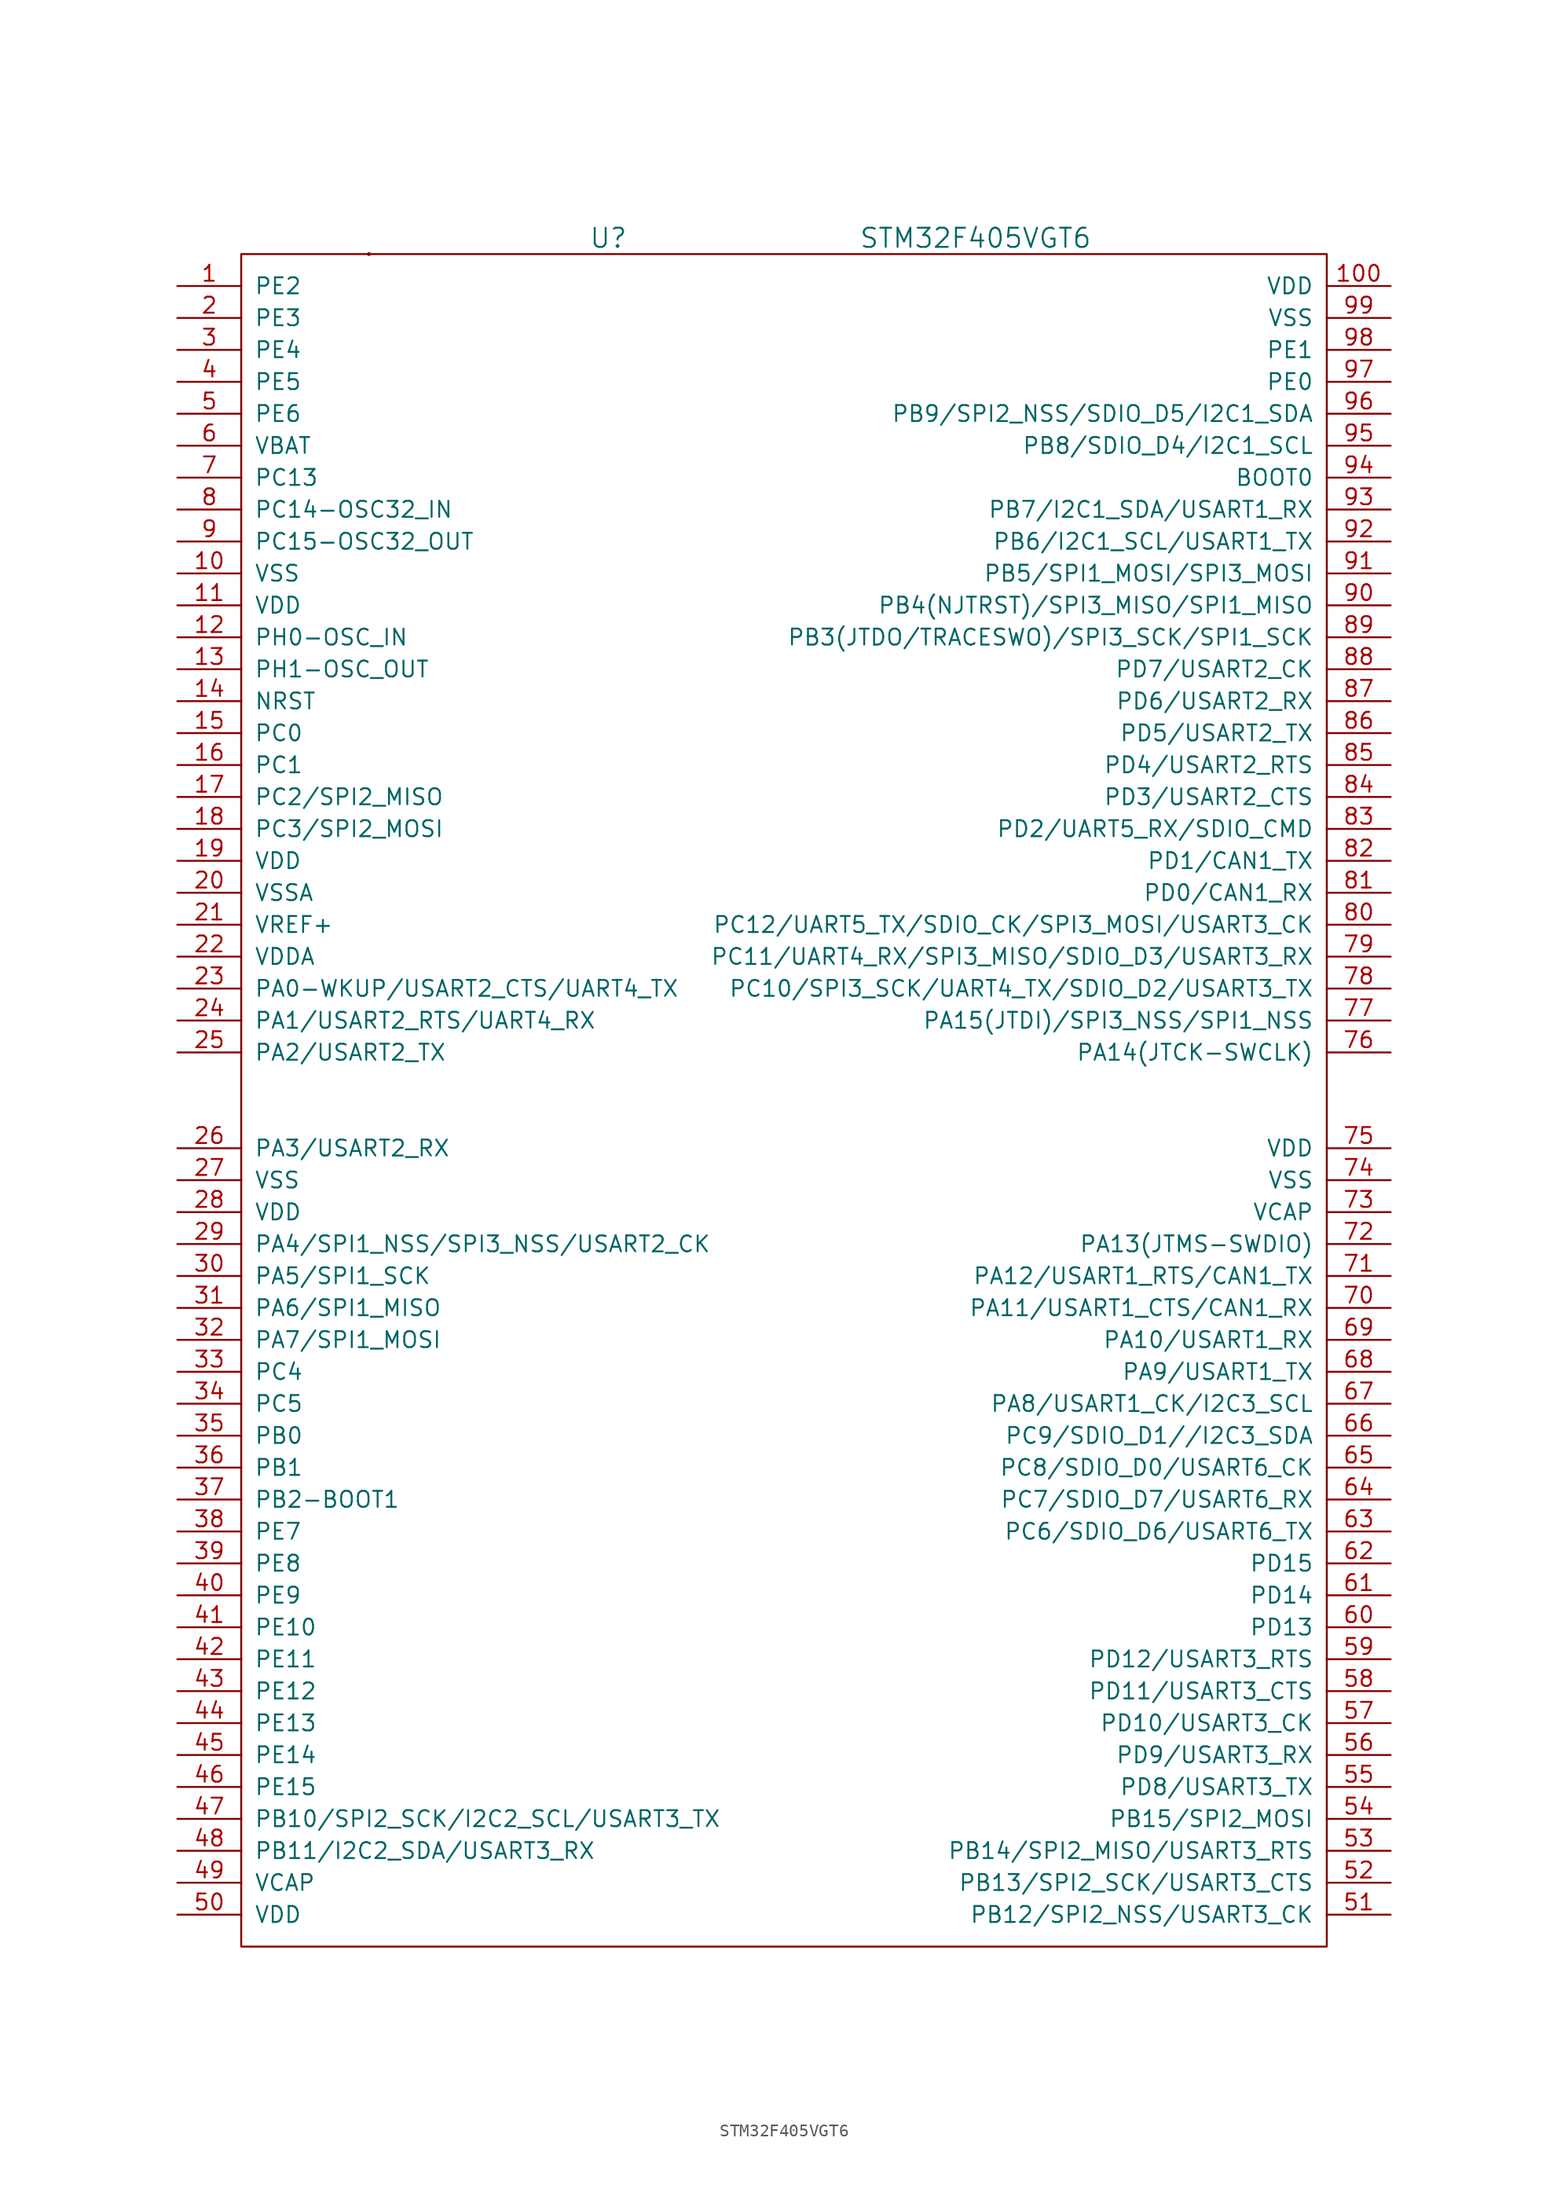
<source format=kicad_sym>
(kicad_symbol_lib
  (version 20220914)
  (generator kicad_symbol_editor)
  (symbol "STM32F405VGT6"
    (pin_names
      (offset 1.016))
    (property "Reference" "U"
      (at -13.97 68.58 0)
      (effects (font (size 1.524 1.524))))
    (property "Value" "STM32F405VGT6"
      (at 15.24 68.58 0)
      (effects (font (size 1.524 1.524))))
    (symbol "STM32F405VGT6_0_1"
      (rectangle (start -43.18 67.31) (end 43.18 -67.31) (stroke (width 0) (type default)) (fill (type none)))
      (circle (center -33.02 67.31) (radius 0.0001) (stroke (width 0) (type default)) (fill (type none))))
    (symbol "STM32F405VGT6_1_1"
      (pin passive line (at -48.26 64.77 0) (length 5.08) (name "PE2" (effects (font (size 1.27 1.27)))) (number "1" (effects (font (size 1.27 1.27)))))
      (pin passive line (at -48.26 41.91 0) (length 5.08) (name "VSS" (effects (font (size 1.27 1.27)))) (number "10" (effects (font (size 1.27 1.27)))))
      (pin passive line (at 48.26 64.77 180) (length 5.08) (name "VDD" (effects (font (size 1.27 1.27)))) (number "100" (effects (font (size 1.27 1.27)))))
      (pin passive line (at -48.26 39.37 0) (length 5.08) (name "VDD" (effects (font (size 1.27 1.27)))) (number "11" (effects (font (size 1.27 1.27)))))
      (pin passive line (at -48.26 36.83 0) (length 5.08) (name "PH0-OSC_IN" (effects (font (size 1.27 1.27)))) (number "12" (effects (font (size 1.27 1.27)))))
      (pin passive line (at -48.26 34.29 0) (length 5.08) (name "PH1-OSC_OUT" (effects (font (size 1.27 1.27)))) (number "13" (effects (font (size 1.27 1.27)))))
      (pin passive line (at -48.26 31.75 0) (length 5.08) (name "NRST" (effects (font (size 1.27 1.27)))) (number "14" (effects (font (size 1.27 1.27)))))
      (pin passive line (at -48.26 29.21 0) (length 5.08) (name "PC0" (effects (font (size 1.27 1.27)))) (number "15" (effects (font (size 1.27 1.27)))))
      (pin passive line (at -48.26 26.67 0) (length 5.08) (name "PC1" (effects (font (size 1.27 1.27)))) (number "16" (effects (font (size 1.27 1.27)))))
      (pin passive line (at -48.26 24.13 0) (length 5.08) (name "PC2/SPI2_MISO" (effects (font (size 1.27 1.27)))) (number "17" (effects (font (size 1.27 1.27)))))
      (pin passive line (at -48.26 21.59 0) (length 5.08) (name "PC3/SPI2_MOSI" (effects (font (size 1.27 1.27)))) (number "18" (effects (font (size 1.27 1.27)))))
      (pin passive line (at -48.26 19.05 0) (length 5.08) (name "VDD" (effects (font (size 1.27 1.27)))) (number "19" (effects (font (size 1.27 1.27)))))
      (pin passive line (at -48.26 62.23 0) (length 5.08) (name "PE3" (effects (font (size 1.27 1.27)))) (number "2" (effects (font (size 1.27 1.27)))))
      (pin passive line (at -48.26 16.51 0) (length 5.08) (name "VSSA" (effects (font (size 1.27 1.27)))) (number "20" (effects (font (size 1.27 1.27)))))
      (pin passive line (at -48.26 13.97 0) (length 5.08) (name "VREF+" (effects (font (size 1.27 1.27)))) (number "21" (effects (font (size 1.27 1.27)))))
      (pin passive line (at -48.26 11.43 0) (length 5.08) (name "VDDA" (effects (font (size 1.27 1.27)))) (number "22" (effects (font (size 1.27 1.27)))))
      (pin passive line (at -48.26 8.89 0) (length 5.08) (name "PA0-WKUP/USART2_CTS/UART4_TX" (effects (font (size 1.27 1.27)))) (number "23" (effects (font (size 1.27 1.27)))))
      (pin passive line (at -48.26 6.35 0) (length 5.08) (name "PA1/USART2_RTS/UART4_RX" (effects (font (size 1.27 1.27)))) (number "24" (effects (font (size 1.27 1.27)))))
      (pin passive line (at -48.26 3.81 0) (length 5.08) (name "PA2/USART2_TX" (effects (font (size 1.27 1.27)))) (number "25" (effects (font (size 1.27 1.27)))))
      (pin passive line (at -48.26 -3.81 0) (length 5.08) (name "PA3/USART2_RX" (effects (font (size 1.27 1.27)))) (number "26" (effects (font (size 1.27 1.27)))))
      (pin passive line (at -48.26 -6.35 0) (length 5.08) (name "VSS" (effects (font (size 1.27 1.27)))) (number "27" (effects (font (size 1.27 1.27)))))
      (pin passive line (at -48.26 -8.89 0) (length 5.08) (name "VDD" (effects (font (size 1.27 1.27)))) (number "28" (effects (font (size 1.27 1.27)))))
      (pin passive line (at -48.26 -11.43 0) (length 5.08) (name "PA4/SPI1_NSS/SPI3_NSS/USART2_CK" (effects (font (size 1.27 1.27)))) (number "29" (effects (font (size 1.27 1.27)))))
      (pin passive line (at -48.26 59.69 0) (length 5.08) (name "PE4" (effects (font (size 1.27 1.27)))) (number "3" (effects (font (size 1.27 1.27)))))
      (pin passive line (at -48.26 -13.97 0) (length 5.08) (name "PA5/SPI1_SCK" (effects (font (size 1.27 1.27)))) (number "30" (effects (font (size 1.27 1.27)))))
      (pin passive line (at -48.26 -16.51 0) (length 5.08) (name "PA6/SPI1_MISO" (effects (font (size 1.27 1.27)))) (number "31" (effects (font (size 1.27 1.27)))))
      (pin passive line (at -48.26 -19.05 0) (length 5.08) (name "PA7/SPI1_MOSI" (effects (font (size 1.27 1.27)))) (number "32" (effects (font (size 1.27 1.27)))))
      (pin passive line (at -48.26 -21.59 0) (length 5.08) (name "PC4" (effects (font (size 1.27 1.27)))) (number "33" (effects (font (size 1.27 1.27)))))
      (pin passive line (at -48.26 -24.13 0) (length 5.08) (name "PC5" (effects (font (size 1.27 1.27)))) (number "34" (effects (font (size 1.27 1.27)))))
      (pin passive line (at -48.26 -26.67 0) (length 5.08) (name "PB0" (effects (font (size 1.27 1.27)))) (number "35" (effects (font (size 1.27 1.27)))))
      (pin passive line (at -48.26 -29.21 0) (length 5.08) (name "PB1" (effects (font (size 1.27 1.27)))) (number "36" (effects (font (size 1.27 1.27)))))
      (pin passive line (at -48.26 -31.75 0) (length 5.08) (name "PB2-BOOT1" (effects (font (size 1.27 1.27)))) (number "37" (effects (font (size 1.27 1.27)))))
      (pin passive line (at -48.26 -34.29 0) (length 5.08) (name "PE7" (effects (font (size 1.27 1.27)))) (number "38" (effects (font (size 1.27 1.27)))))
      (pin passive line (at -48.26 -36.83 0) (length 5.08) (name "PE8" (effects (font (size 1.27 1.27)))) (number "39" (effects (font (size 1.27 1.27)))))
      (pin passive line (at -48.26 57.15 0) (length 5.08) (name "PE5" (effects (font (size 1.27 1.27)))) (number "4" (effects (font (size 1.27 1.27)))))
      (pin passive line (at -48.26 -39.37 0) (length 5.08) (name "PE9" (effects (font (size 1.27 1.27)))) (number "40" (effects (font (size 1.27 1.27)))))
      (pin passive line (at -48.26 -41.91 0) (length 5.08) (name "PE10" (effects (font (size 1.27 1.27)))) (number "41" (effects (font (size 1.27 1.27)))))
      (pin passive line (at -48.26 -44.45 0) (length 5.08) (name "PE11" (effects (font (size 1.27 1.27)))) (number "42" (effects (font (size 1.27 1.27)))))
      (pin passive line (at -48.26 -46.99 0) (length 5.08) (name "PE12" (effects (font (size 1.27 1.27)))) (number "43" (effects (font (size 1.27 1.27)))))
      (pin passive line (at -48.26 -49.53 0) (length 5.08) (name "PE13" (effects (font (size 1.27 1.27)))) (number "44" (effects (font (size 1.27 1.27)))))
      (pin passive line (at -48.26 -52.07 0) (length 5.08) (name "PE14" (effects (font (size 1.27 1.27)))) (number "45" (effects (font (size 1.27 1.27)))))
      (pin passive line (at -48.26 -54.61 0) (length 5.08) (name "PE15" (effects (font (size 1.27 1.27)))) (number "46" (effects (font (size 1.27 1.27)))))
      (pin passive line (at -48.26 -57.15 0) (length 5.08) (name "PB10/SPI2_SCK/I2C2_SCL/USART3_TX" (effects (font (size 1.27 1.27)))) (number "47" (effects (font (size 1.27 1.27)))))
      (pin passive line (at -48.26 -59.69 0) (length 5.08) (name "PB11/I2C2_SDA/USART3_RX" (effects (font (size 1.27 1.27)))) (number "48" (effects (font (size 1.27 1.27)))))
      (pin passive line (at -48.26 -62.23 0) (length 5.08) (name "VCAP" (effects (font (size 1.27 1.27)))) (number "49" (effects (font (size 1.27 1.27)))))
      (pin passive line (at -48.26 54.61 0) (length 5.08) (name "PE6" (effects (font (size 1.27 1.27)))) (number "5" (effects (font (size 1.27 1.27)))))
      (pin passive line (at -48.26 -64.77 0) (length 5.08) (name "VDD" (effects (font (size 1.27 1.27)))) (number "50" (effects (font (size 1.27 1.27)))))
      (pin passive line (at 48.26 -64.77 180) (length 5.08) (name "PB12/SPI2_NSS/USART3_CK" (effects (font (size 1.27 1.27)))) (number "51" (effects (font (size 1.27 1.27)))))
      (pin passive line (at 48.26 -62.23 180) (length 5.08) (name "PB13/SPI2_SCK/USART3_CTS" (effects (font (size 1.27 1.27)))) (number "52" (effects (font (size 1.27 1.27)))))
      (pin passive line (at 48.26 -59.69 180) (length 5.08) (name "PB14/SPI2_MISO/USART3_RTS" (effects (font (size 1.27 1.27)))) (number "53" (effects (font (size 1.27 1.27)))))
      (pin passive line (at 48.26 -57.15 180) (length 5.08) (name "PB15/SPI2_MOSI" (effects (font (size 1.27 1.27)))) (number "54" (effects (font (size 1.27 1.27)))))
      (pin passive line (at 48.26 -54.61 180) (length 5.08) (name "PD8/USART3_TX" (effects (font (size 1.27 1.27)))) (number "55" (effects (font (size 1.27 1.27)))))
      (pin passive line (at 48.26 -52.07 180) (length 5.08) (name "PD9/USART3_RX" (effects (font (size 1.27 1.27)))) (number "56" (effects (font (size 1.27 1.27)))))
      (pin passive line (at 48.26 -49.53 180) (length 5.08) (name "PD10/USART3_CK" (effects (font (size 1.27 1.27)))) (number "57" (effects (font (size 1.27 1.27)))))
      (pin passive line (at 48.26 -46.99 180) (length 5.08) (name "PD11/USART3_CTS" (effects (font (size 1.27 1.27)))) (number "58" (effects (font (size 1.27 1.27)))))
      (pin passive line (at 48.26 -44.45 180) (length 5.08) (name "PD12/USART3_RTS" (effects (font (size 1.27 1.27)))) (number "59" (effects (font (size 1.27 1.27)))))
      (pin passive line (at -48.26 52.07 0) (length 5.08) (name "VBAT" (effects (font (size 1.27 1.27)))) (number "6" (effects (font (size 1.27 1.27)))))
      (pin passive line (at 48.26 -41.91 180) (length 5.08) (name "PD13" (effects (font (size 1.27 1.27)))) (number "60" (effects (font (size 1.27 1.27)))))
      (pin passive line (at 48.26 -39.37 180) (length 5.08) (name "PD14" (effects (font (size 1.27 1.27)))) (number "61" (effects (font (size 1.27 1.27)))))
      (pin passive line (at 48.26 -36.83 180) (length 5.08) (name "PD15" (effects (font (size 1.27 1.27)))) (number "62" (effects (font (size 1.27 1.27)))))
      (pin passive line (at 48.26 -34.29 180) (length 5.08) (name "PC6/SDIO_D6/USART6_TX" (effects (font (size 1.27 1.27)))) (number "63" (effects (font (size 1.27 1.27)))))
      (pin passive line (at 48.26 -31.75 180) (length 5.08) (name "PC7/SDIO_D7/USART6_RX" (effects (font (size 1.27 1.27)))) (number "64" (effects (font (size 1.27 1.27)))))
      (pin passive line (at 48.26 -29.21 180) (length 5.08) (name "PC8/SDIO_D0/USART6_CK" (effects (font (size 1.27 1.27)))) (number "65" (effects (font (size 1.27 1.27)))))
      (pin passive line (at 48.26 -26.67 180) (length 5.08) (name "PC9/SDIO_D1//I2C3_SDA" (effects (font (size 1.27 1.27)))) (number "66" (effects (font (size 1.27 1.27)))))
      (pin passive line (at 48.26 -24.13 180) (length 5.08) (name "PA8/USART1_CK/I2C3_SCL" (effects (font (size 1.27 1.27)))) (number "67" (effects (font (size 1.27 1.27)))))
      (pin passive line (at 48.26 -21.59 180) (length 5.08) (name "PA9/USART1_TX" (effects (font (size 1.27 1.27)))) (number "68" (effects (font (size 1.27 1.27)))))
      (pin passive line (at 48.26 -19.05 180) (length 5.08) (name "PA10/USART1_RX" (effects (font (size 1.27 1.27)))) (number "69" (effects (font (size 1.27 1.27)))))
      (pin passive line (at -48.26 49.53 0) (length 5.08) (name "PC13" (effects (font (size 1.27 1.27)))) (number "7" (effects (font (size 1.27 1.27)))))
      (pin passive line (at 48.26 -16.51 180) (length 5.08) (name "PA11/USART1_CTS/CAN1_RX" (effects (font (size 1.27 1.27)))) (number "70" (effects (font (size 1.27 1.27)))))
      (pin passive line (at 48.26 -13.97 180) (length 5.08) (name "PA12/USART1_RTS/CAN1_TX" (effects (font (size 1.27 1.27)))) (number "71" (effects (font (size 1.27 1.27)))))
      (pin passive line (at 48.26 -11.43 180) (length 5.08) (name "PA13(JTMS-SWDIO)" (effects (font (size 1.27 1.27)))) (number "72" (effects (font (size 1.27 1.27)))))
      (pin passive line (at 48.26 -8.89 180) (length 5.08) (name "VCAP" (effects (font (size 1.27 1.27)))) (number "73" (effects (font (size 1.27 1.27)))))
      (pin passive line (at 48.26 -6.35 180) (length 5.08) (name "VSS" (effects (font (size 1.27 1.27)))) (number "74" (effects (font (size 1.27 1.27)))))
      (pin passive line (at 48.26 -3.81 180) (length 5.08) (name "VDD" (effects (font (size 1.27 1.27)))) (number "75" (effects (font (size 1.27 1.27)))))
      (pin passive line (at 48.26 3.81 180) (length 5.08) (name "PA14(JTCK-SWCLK)" (effects (font (size 1.27 1.27)))) (number "76" (effects (font (size 1.27 1.27)))))
      (pin passive line (at 48.26 6.35 180) (length 5.08) (name "PA15(JTDI)/SPI3_NSS/SPI1_NSS" (effects (font (size 1.27 1.27)))) (number "77" (effects (font (size 1.27 1.27)))))
      (pin passive line (at 48.26 8.89 180) (length 5.08) (name "PC10/SPI3_SCK/UART4_TX/SDIO_D2/USART3_TX" (effects (font (size 1.27 1.27)))) (number "78" (effects (font (size 1.27 1.27)))))
      (pin passive line (at 48.26 11.43 180) (length 5.08) (name "PC11/UART4_RX/SPI3_MISO/SDIO_D3/USART3_RX" (effects (font (size 1.27 1.27)))) (number "79" (effects (font (size 1.27 1.27)))))
      (pin passive line (at -48.26 46.99 0) (length 5.08) (name "PC14-OSC32_IN" (effects (font (size 1.27 1.27)))) (number "8" (effects (font (size 1.27 1.27)))))
      (pin passive line (at 48.26 13.97 180) (length 5.08) (name "PC12/UART5_TX/SDIO_CK/SPI3_MOSI/USART3_CK" (effects (font (size 1.27 1.27)))) (number "80" (effects (font (size 1.27 1.27)))))
      (pin passive line (at 48.26 16.51 180) (length 5.08) (name "PD0/CAN1_RX" (effects (font (size 1.27 1.27)))) (number "81" (effects (font (size 1.27 1.27)))))
      (pin passive line (at 48.26 19.05 180) (length 5.08) (name "PD1/CAN1_TX" (effects (font (size 1.27 1.27)))) (number "82" (effects (font (size 1.27 1.27)))))
      (pin passive line (at 48.26 21.59 180) (length 5.08) (name "PD2/UART5_RX/SDIO_CMD" (effects (font (size 1.27 1.27)))) (number "83" (effects (font (size 1.27 1.27)))))
      (pin passive line (at 48.26 24.13 180) (length 5.08) (name "PD3/USART2_CTS" (effects (font (size 1.27 1.27)))) (number "84" (effects (font (size 1.27 1.27)))))
      (pin passive line (at 48.26 26.67 180) (length 5.08) (name "PD4/USART2_RTS" (effects (font (size 1.27 1.27)))) (number "85" (effects (font (size 1.27 1.27)))))
      (pin passive line (at 48.26 29.21 180) (length 5.08) (name "PD5/USART2_TX" (effects (font (size 1.27 1.27)))) (number "86" (effects (font (size 1.27 1.27)))))
      (pin passive line (at 48.26 31.75 180) (length 5.08) (name "PD6/USART2_RX" (effects (font (size 1.27 1.27)))) (number "87" (effects (font (size 1.27 1.27)))))
      (pin passive line (at 48.26 34.29 180) (length 5.08) (name "PD7/USART2_CK" (effects (font (size 1.27 1.27)))) (number "88" (effects (font (size 1.27 1.27)))))
      (pin passive line (at 48.26 36.83 180) (length 5.08) (name "PB3(JTDO/TRACESWO)/SPI3_SCK/SPI1_SCK" (effects (font (size 1.27 1.27)))) (number "89" (effects (font (size 1.27 1.27)))))
      (pin passive line (at -48.26 44.45 0) (length 5.08) (name "PC15-OSC32_OUT" (effects (font (size 1.27 1.27)))) (number "9" (effects (font (size 1.27 1.27)))))
      (pin passive line (at 48.26 39.37 180) (length 5.08) (name "PB4(NJTRST)/SPI3_MISO/SPI1_MISO" (effects (font (size 1.27 1.27)))) (number "90" (effects (font (size 1.27 1.27)))))
      (pin passive line (at 48.26 41.91 180) (length 5.08) (name "PB5/SPI1_MOSI/SPI3_MOSI" (effects (font (size 1.27 1.27)))) (number "91" (effects (font (size 1.27 1.27)))))
      (pin passive line (at 48.26 44.45 180) (length 5.08) (name "PB6/I2C1_SCL/USART1_TX" (effects (font (size 1.27 1.27)))) (number "92" (effects (font (size 1.27 1.27)))))
      (pin passive line (at 48.26 46.99 180) (length 5.08) (name "PB7/I2C1_SDA/USART1_RX" (effects (font (size 1.27 1.27)))) (number "93" (effects (font (size 1.27 1.27)))))
      (pin passive line (at 48.26 49.53 180) (length 5.08) (name "BOOT0" (effects (font (size 1.27 1.27)))) (number "94" (effects (font (size 1.27 1.27)))))
      (pin passive line (at 48.26 52.07 180) (length 5.08) (name "PB8/SDIO_D4/I2C1_SCL" (effects (font (size 1.27 1.27)))) (number "95" (effects (font (size 1.27 1.27)))))
      (pin passive line (at 48.26 54.61 180) (length 5.08) (name "PB9/SPI2_NSS/SDIO_D5/I2C1_SDA" (effects (font (size 1.27 1.27)))) (number "96" (effects (font (size 1.27 1.27)))))
      (pin passive line (at 48.26 57.15 180) (length 5.08) (name "PE0" (effects (font (size 1.27 1.27)))) (number "97" (effects (font (size 1.27 1.27)))))
      (pin passive line (at 48.26 59.69 180) (length 5.08) (name "PE1" (effects (font (size 1.27 1.27)))) (number "98" (effects (font (size 1.27 1.27)))))
      (pin passive line (at 48.26 62.23 180) (length 5.08) (name "VSS" (effects (font (size 1.27 1.27)))) (number "99" (effects (font (size 1.27 1.27))))))))
</source>
